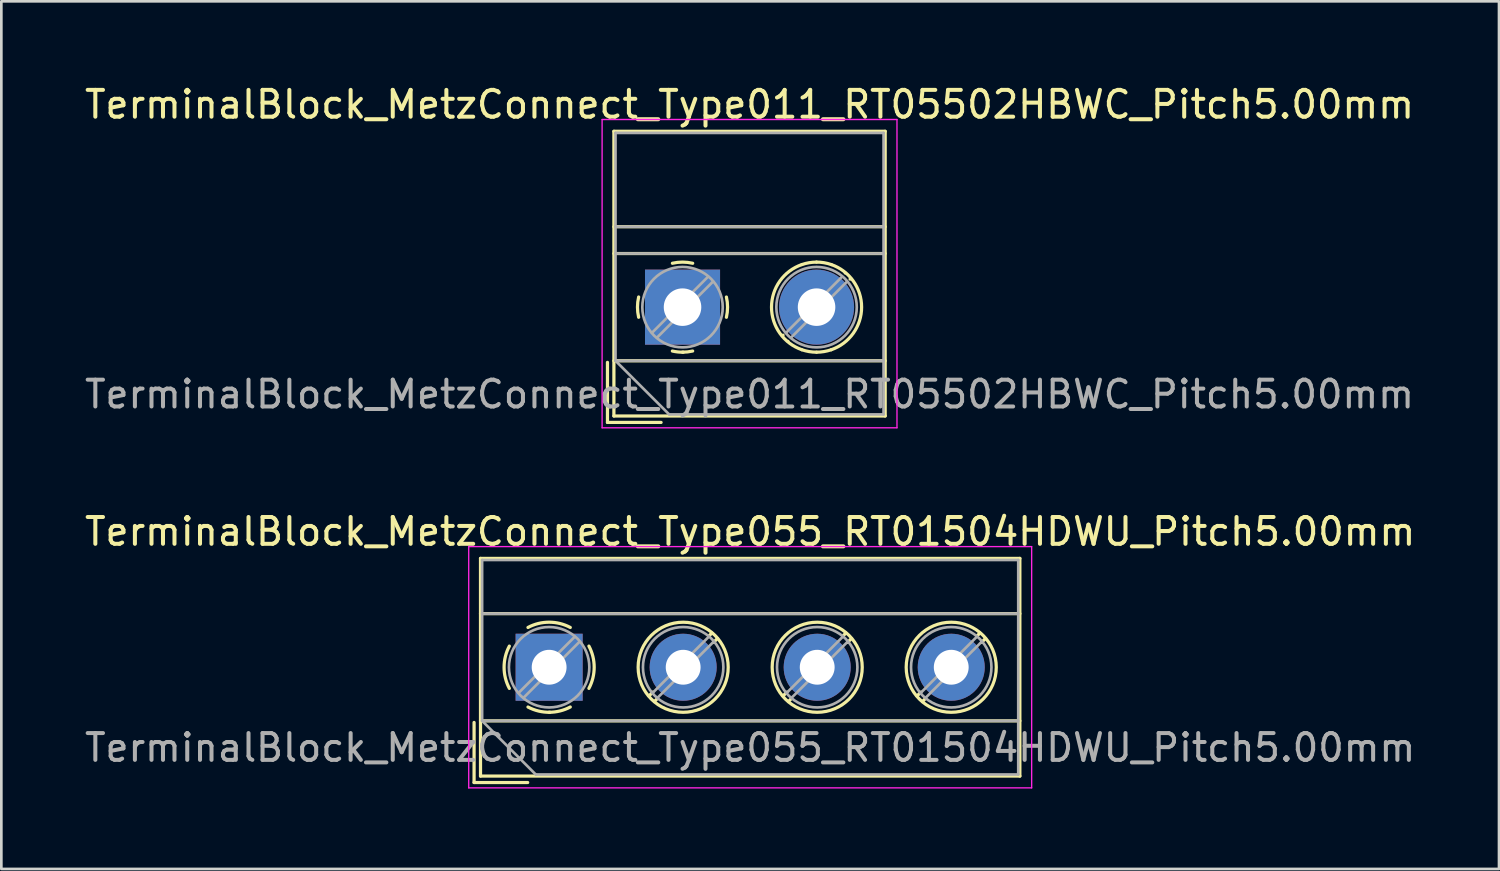
<source format=kicad_pcb>
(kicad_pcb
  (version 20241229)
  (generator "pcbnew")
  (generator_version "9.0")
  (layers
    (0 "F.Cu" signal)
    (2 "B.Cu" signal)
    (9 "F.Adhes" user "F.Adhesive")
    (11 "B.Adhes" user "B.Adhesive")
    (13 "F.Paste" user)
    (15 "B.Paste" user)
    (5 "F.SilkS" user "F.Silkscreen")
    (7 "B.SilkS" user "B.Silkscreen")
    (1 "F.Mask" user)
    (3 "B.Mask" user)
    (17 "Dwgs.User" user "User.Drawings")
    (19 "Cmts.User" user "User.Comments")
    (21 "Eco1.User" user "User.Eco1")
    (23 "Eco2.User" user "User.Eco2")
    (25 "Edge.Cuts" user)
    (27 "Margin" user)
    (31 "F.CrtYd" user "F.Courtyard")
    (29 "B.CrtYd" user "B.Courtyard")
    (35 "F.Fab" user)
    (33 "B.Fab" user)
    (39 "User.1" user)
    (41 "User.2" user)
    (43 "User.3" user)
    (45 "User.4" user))
  (footprint "TerminalBlock_MetzConnect_Type055_RT01504HDWU_Pitch5.00mm"
    (layer "F.Cu")
    (at 17.435 21.841)
    (property "Reference" "TerminalBlock_MetzConnect_Type055_RT01504HDWU_Pitch5.00mm" (at 7.5 -5.06 0) (layer "F.SilkS") (effects (font (size 1 1) (thickness 0.15))))
    (attr through_hole)
    (fp_line (start -2.8 2.06) (end -2.8 4.3) (stroke (width 0.12) (type solid)) (layer "F.SilkS"))
    (fp_line (start -2.8 4.3) (end -0.8 4.3) (stroke (width 0.12) (type solid)) (layer "F.SilkS"))
    (fp_line (start -2.56 -4.06) (end -2.56 4.06) (stroke (width 0.12) (type solid)) (layer "F.SilkS"))
    (fp_line (start -2.56 -2) (end 17.56 -2) (stroke (width 0.12) (type solid)) (layer "F.SilkS"))
    (fp_line (start -2.56 2) (end 17.56 2) (stroke (width 0.12) (type solid)) (layer "F.SilkS"))
    (fp_line (start -2.56 4.06) (end 17.56 4.06) (stroke (width 0.12) (type solid)) (layer "F.SilkS"))
    (fp_line (start 3.867 0.929) (end 3.726 1.069) (stroke (width 0.12) (type solid)) (layer "F.SilkS"))
    (fp_line (start 4.037 1.169) (end 3.931 1.274) (stroke (width 0.12) (type solid)) (layer "F.SilkS"))
    (fp_line (start 6.07 -1.275) (end 5.964 -1.169) (stroke (width 0.12) (type solid)) (layer "F.SilkS"))
    (fp_line (start 6.275 -1.069) (end 6.134 -0.929) (stroke (width 0.12) (type solid)) (layer "F.SilkS"))
    (fp_line (start 8.867 0.929) (end 8.726 1.069) (stroke (width 0.12) (type solid)) (layer "F.SilkS"))
    (fp_line (start 9.037 1.169) (end 8.931 1.274) (stroke (width 0.12) (type solid)) (layer "F.SilkS"))
    (fp_line (start 11.07 -1.275) (end 10.964 -1.169) (stroke (width 0.12) (type solid)) (layer "F.SilkS"))
    (fp_line (start 11.275 -1.069) (end 11.134 -0.929) (stroke (width 0.12) (type solid)) (layer "F.SilkS"))
    (fp_line (start 13.867 0.929) (end 13.726 1.069) (stroke (width 0.12) (type solid)) (layer "F.SilkS"))
    (fp_line (start 14.037 1.169) (end 13.931 1.274) (stroke (width 0.12) (type solid)) (layer "F.SilkS"))
    (fp_line (start 16.07 -1.275) (end 15.964 -1.169) (stroke (width 0.12) (type solid)) (layer "F.SilkS"))
    (fp_line (start 16.275 -1.069) (end 16.134 -0.929) (stroke (width 0.12) (type solid)) (layer "F.SilkS"))
    (fp_line (start 17.56 -4.06) (end -2.56 -4.06) (stroke (width 0.12) (type solid)) (layer "F.SilkS"))
    (fp_line (start 17.56 4.06) (end 17.56 -4.06) (stroke (width 0.12) (type solid)) (layer "F.SilkS"))
    (fp_arc (start -1.483953 0.789089) (mid -1.680708 0.00005) (end -1.484 -0.789) (stroke (width 0.12) (type solid)) (layer "F.SilkS"))
    (fp_arc (start -0.789089 -1.483953) (mid -0.00005 -1.680708) (end 0.789 -1.484) (stroke (width 0.12) (type solid)) (layer "F.SilkS"))
    (fp_arc (start 0.029383 1.68045) (mid -0.392304 1.634281) (end -0.789 1.484) (stroke (width 0.12) (type solid)) (layer "F.SilkS"))
    (fp_arc (start 0.788712 1.483352) (mid 0.406429 1.630097) (end 0 1.68) (stroke (width 0.12) (type solid)) (layer "F.SilkS"))
    (fp_arc (start 1.483953 -0.789089) (mid 1.680708 -0.00005) (end 1.484 0.789) (stroke (width 0.12) (type solid)) (layer "F.SilkS"))
    (fp_circle (center 5 0) (end 6.68 0) (stroke (width 0.12) (type solid)) (fill no) (layer "F.SilkS"))
    (fp_circle (center 10 0) (end 11.68 0) (stroke (width 0.12) (type solid)) (fill no) (layer "F.SilkS"))
    (fp_circle (center 15 0) (end 16.68 0) (stroke (width 0.12) (type solid)) (fill no) (layer "F.SilkS"))
    (fp_line (start -3 -4.5) (end -3 4.5) (stroke (width 0.05) (type solid)) (layer "F.CrtYd"))
    (fp_line (start -3 4.5) (end 18 4.5) (stroke (width 0.05) (type solid)) (layer "F.CrtYd"))
    (fp_line (start 18 -4.5) (end -3 -4.5) (stroke (width 0.05) (type solid)) (layer "F.CrtYd"))
    (fp_line (start 18 4.5) (end 18 -4.5) (stroke (width 0.05) (type solid)) (layer "F.CrtYd"))
    (fp_line (start -2.5 -4) (end 17.5 -4) (stroke (width 0.1) (type solid)) (layer "F.Fab"))
    (fp_line (start -2.5 -2) (end 17.5 -2) (stroke (width 0.1) (type solid)) (layer "F.Fab"))
    (fp_line (start -2.5 2) (end -2.5 -4) (stroke (width 0.1) (type solid)) (layer "F.Fab"))
    (fp_line (start -2.5 2) (end 17.5 2) (stroke (width 0.1) (type solid)) (layer "F.Fab"))
    (fp_line (start -0.5 4) (end -2.5 2) (stroke (width 0.1) (type solid)) (layer "F.Fab"))
    (fp_line (start 0.955 -1.138) (end -1.138 0.955) (stroke (width 0.1) (type solid)) (layer "F.Fab"))
    (fp_line (start 1.138 -0.955) (end -0.955 1.138) (stroke (width 0.1) (type solid)) (layer "F.Fab"))
    (fp_line (start 5.955 -1.138) (end 3.863 0.955) (stroke (width 0.1) (type solid)) (layer "F.Fab"))
    (fp_line (start 6.138 -0.955) (end 4.046 1.138) (stroke (width 0.1) (type solid)) (layer "F.Fab"))
    (fp_line (start 10.955 -1.138) (end 8.863 0.955) (stroke (width 0.1) (type solid)) (layer "F.Fab"))
    (fp_line (start 11.138 -0.955) (end 9.046 1.138) (stroke (width 0.1) (type solid)) (layer "F.Fab"))
    (fp_line (start 15.955 -1.138) (end 13.863 0.955) (stroke (width 0.1) (type solid)) (layer "F.Fab"))
    (fp_line (start 16.138 -0.955) (end 14.046 1.138) (stroke (width 0.1) (type solid)) (layer "F.Fab"))
    (fp_line (start 17.5 -4) (end 17.5 4) (stroke (width 0.1) (type solid)) (layer "F.Fab"))
    (fp_line (start 17.5 4) (end -0.5 4) (stroke (width 0.1) (type solid)) (layer "F.Fab"))
    (fp_circle (center 0 0) (end 1.5 0) (stroke (width 0.1) (type solid)) (fill no) (layer "F.Fab"))
    (fp_circle (center 5 0) (end 6.5 0) (stroke (width 0.1) (type solid)) (fill no) (layer "F.Fab"))
    (fp_circle (center 10 0) (end 11.5 0) (stroke (width 0.1) (type solid)) (fill no) (layer "F.Fab"))
    (fp_circle (center 15 0) (end 16.5 0) (stroke (width 0.1) (type solid)) (fill no) (layer "F.Fab"))
    (fp_text user "${REFERENCE}" (at 7.5 3 0) (layer "F.Fab") (effects (font (size 1 1) (thickness 0.15))))
    (pad "1" thru_hole rect (at 0 0) (size 2.5 2.5) (drill 1.3) (layers "*.Cu" "*.Mask"))
    (pad "2" thru_hole oval (at 5 0) (size 2.5 2.5) (drill 1.3) (layers "*.Cu" "*.Mask"))
    (pad "3" thru_hole oval (at 10 0) (size 2.5 2.5) (drill 1.3) (layers "*.Cu" "*.Mask"))
    (pad "4" thru_hole oval (at 15 0) (size 2.5 2.5) (drill 1.3) (layers "*.Cu" "*.Mask")))
  (footprint "TerminalBlock_MetzConnect_Type011_RT05502HBWC_Pitch5.00mm"
    (layer "F.Cu")
    (at 22.411 8.408)
    (property "Reference" "TerminalBlock_MetzConnect_Type011_RT05502HBWC_Pitch5.00mm" (at 2.5 -7.56 0) (layer "F.SilkS") (effects (font (size 1 1) (thickness 0.15))))
    (attr through_hole)
    (fp_line (start -2.8 2.06) (end -2.8 4.3) (stroke (width 0.12) (type solid)) (layer "F.SilkS"))
    (fp_line (start -2.8 4.3) (end -0.8 4.3) (stroke (width 0.12) (type solid)) (layer "F.SilkS"))
    (fp_line (start -2.56 -6.56) (end -2.56 4.06) (stroke (width 0.12) (type solid)) (layer "F.SilkS"))
    (fp_line (start -2.56 -3) (end 7.56 -3) (stroke (width 0.12) (type solid)) (layer "F.SilkS"))
    (fp_line (start -2.56 -2) (end 7.56 -2) (stroke (width 0.12) (type solid)) (layer "F.SilkS"))
    (fp_line (start -2.56 2) (end 7.56 2) (stroke (width 0.12) (type solid)) (layer "F.SilkS"))
    (fp_line (start -2.56 4.06) (end 7.56 4.06) (stroke (width 0.12) (type solid)) (layer "F.SilkS"))
    (fp_line (start 3.75 1.046) (end 3.726 1.069) (stroke (width 0.12) (type solid)) (layer "F.SilkS"))
    (fp_line (start 3.931 1.274) (end 3.931 1.274) (stroke (width 0.12) (type solid)) (layer "F.SilkS"))
    (fp_line (start 6.07 -1.275) (end 6.07 -1.275) (stroke (width 0.12) (type solid)) (layer "F.SilkS"))
    (fp_line (start 6.275 -1.069) (end 6.251 -1.046) (stroke (width 0.12) (type solid)) (layer "F.SilkS"))
    (fp_line (start 7.56 -6.56) (end -2.56 -6.56) (stroke (width 0.12) (type solid)) (layer "F.SilkS"))
    (fp_line (start 7.56 4.06) (end 7.56 -6.56) (stroke (width 0.12) (type solid)) (layer "F.SilkS"))
    (fp_arc (start -1.637469 0.376971) (mid -1.680301 -0.001041) (end -1.637 -0.379) (stroke (width 0.12) (type solid)) (layer "F.SilkS"))
    (fp_arc (start -0.376971 -1.637469) (mid 0.001041 -1.680301) (end 0.379 -1.637) (stroke (width 0.12) (type solid)) (layer "F.SilkS"))
    (fp_arc (start 0.028284 1.680063) (mid -0.176675 1.670987) (end -0.379 1.637) (stroke (width 0.12) (type solid)) (layer "F.SilkS"))
    (fp_arc (start 0.377918 1.636942) (mid 0.190182 1.669201) (end 0 1.68) (stroke (width 0.12) (type solid)) (layer "F.SilkS"))
    (fp_arc (start 1.63703 -0.377869) (mid 1.680075 0.000067) (end 1.637 0.378) (stroke (width 0.12) (type solid)) (layer "F.SilkS"))
    (fp_arc (start 4.451968 1.5883) (mid 3.319811 -0.001075) (end 4.454 -1.589) (stroke (width 0.12) (type solid)) (layer "F.SilkS"))
    (fp_arc (start 4.453991 -1.588797) (mid 4.723706 -1.657125) (end 5.001 -1.68) (stroke (width 0.12) (type solid)) (layer "F.SilkS"))
    (fp_arc (start 5.000129 1.680515) (mid 4.722762 1.657489) (end 4.453 1.589) (stroke (width 0.12) (type solid)) (layer "F.SilkS"))
    (fp_arc (start 5.000816 -1.68084) (mid 5.278224 -1.657654) (end 5.548 -1.589) (stroke (width 0.12) (type solid)) (layer "F.SilkS"))
    (fp_arc (start 5.546954 1.588471) (mid 5.27728 1.656959) (end 5 1.68) (stroke (width 0.12) (type solid)) (layer "F.SilkS"))
    (fp_arc (start 5.547244 -1.588916) (mid 6.680515 0.000129) (end 5.547 1.589) (stroke (width 0.12) (type solid)) (layer "F.SilkS"))
    (fp_line (start -3 -7) (end -3 4.5) (stroke (width 0.05) (type solid)) (layer "F.CrtYd"))
    (fp_line (start -3 4.5) (end 8 4.5) (stroke (width 0.05) (type solid)) (layer "F.CrtYd"))
    (fp_line (start 8 -7) (end -3 -7) (stroke (width 0.05) (type solid)) (layer "F.CrtYd"))
    (fp_line (start 8 4.5) (end 8 -7) (stroke (width 0.05) (type solid)) (layer "F.CrtYd"))
    (fp_line (start -2.5 -6.5) (end 7.5 -6.5) (stroke (width 0.1) (type solid)) (layer "F.Fab"))
    (fp_line (start -2.5 -3) (end 7.5 -3) (stroke (width 0.1) (type solid)) (layer "F.Fab"))
    (fp_line (start -2.5 -2) (end 7.5 -2) (stroke (width 0.1) (type solid)) (layer "F.Fab"))
    (fp_line (start -2.5 2) (end -2.5 -6.5) (stroke (width 0.1) (type solid)) (layer "F.Fab"))
    (fp_line (start -2.5 2) (end 7.5 2) (stroke (width 0.1) (type solid)) (layer "F.Fab"))
    (fp_line (start -0.5 4) (end -2.5 2) (stroke (width 0.1) (type solid)) (layer "F.Fab"))
    (fp_line (start 0.955 -1.138) (end -1.138 0.955) (stroke (width 0.1) (type solid)) (layer "F.Fab"))
    (fp_line (start 1.138 -0.955) (end -0.955 1.138) (stroke (width 0.1) (type solid)) (layer "F.Fab"))
    (fp_line (start 5.955 -1.138) (end 3.863 0.955) (stroke (width 0.1) (type solid)) (layer "F.Fab"))
    (fp_line (start 6.138 -0.955) (end 4.046 1.138) (stroke (width 0.1) (type solid)) (layer "F.Fab"))
    (fp_line (start 7.5 -6.5) (end 7.5 4) (stroke (width 0.1) (type solid)) (layer "F.Fab"))
    (fp_line (start 7.5 4) (end -0.5 4) (stroke (width 0.1) (type solid)) (layer "F.Fab"))
    (fp_circle (center 0 0) (end 1.5 0) (stroke (width 0.1) (type solid)) (fill no) (layer "F.Fab"))
    (fp_circle (center 5 0) (end 6.5 0) (stroke (width 0.1) (type solid)) (fill no) (layer "F.Fab"))
    (fp_text user "${REFERENCE}" (at 2.5 3.25 0) (layer "F.Fab") (effects (font (size 1 1) (thickness 0.15))))
    (pad "1" thru_hole rect (at 0 0) (size 2.8 2.8) (drill 1.4) (layers "*.Cu" "*.Mask"))
    (pad "2" thru_hole oval (at 5 0) (size 2.8 2.8) (drill 1.4) (layers "*.Cu" "*.Mask")))
  (gr_rect
    (start -3 -3)
    (end 52.869 29.366)
    (stroke (width 0.1) (type default))
    (fill no)
    (layer "Edge.Cuts")))
</source>
